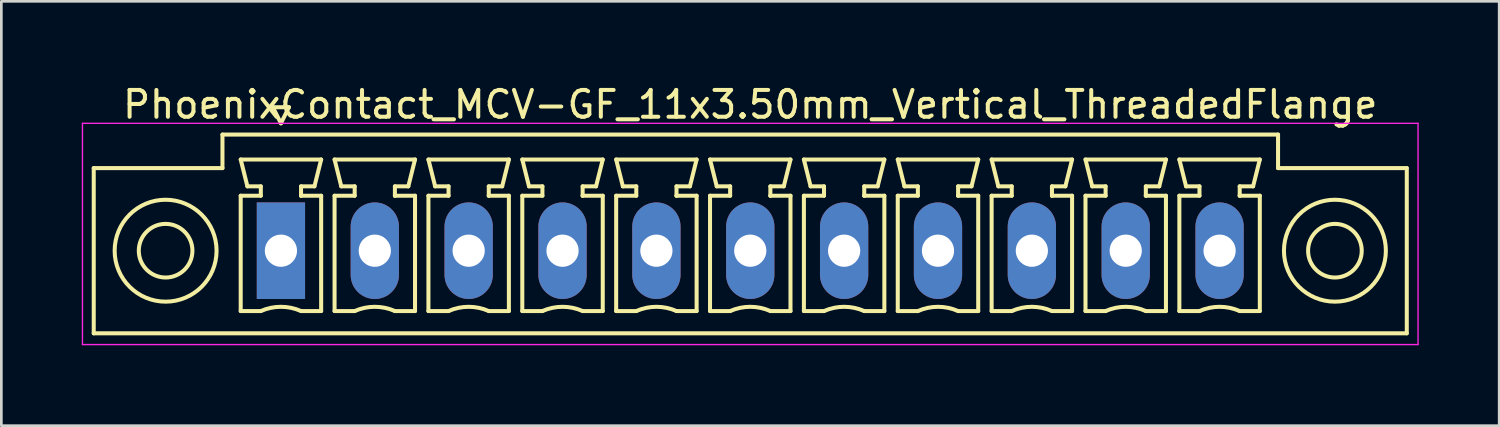
<source format=kicad_pcb>
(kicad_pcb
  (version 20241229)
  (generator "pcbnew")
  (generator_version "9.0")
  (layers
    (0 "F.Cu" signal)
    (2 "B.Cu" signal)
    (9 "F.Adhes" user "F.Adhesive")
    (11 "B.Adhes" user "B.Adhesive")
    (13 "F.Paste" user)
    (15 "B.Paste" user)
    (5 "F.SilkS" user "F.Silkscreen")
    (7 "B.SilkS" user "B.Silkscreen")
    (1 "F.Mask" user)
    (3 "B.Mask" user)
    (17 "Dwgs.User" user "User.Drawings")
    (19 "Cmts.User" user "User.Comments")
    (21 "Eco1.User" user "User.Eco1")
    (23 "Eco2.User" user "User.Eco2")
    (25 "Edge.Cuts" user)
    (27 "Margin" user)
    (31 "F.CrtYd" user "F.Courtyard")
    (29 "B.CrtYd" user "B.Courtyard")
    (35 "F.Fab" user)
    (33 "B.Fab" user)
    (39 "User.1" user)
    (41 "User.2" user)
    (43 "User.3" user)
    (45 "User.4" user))
  (footprint "PhoenixContact_MCV-GF_11x3.50mm_Vertical_ThreadedFlange"
    (layer "F.Cu")
    (at 7.425 6.298)
    (property "Reference" "PhoenixContact_MCV-GF_11x3.50mm_Vertical_ThreadedFlange" (at 17.5 -5.45 0) (layer "F.SilkS") (effects (font (size 1 1) (thickness 0.15))))
    (attr through_hole)
    (fp_line (start -6.98 -3.08) (end -6.98 3.08) (stroke (width 0.15) (type solid)) (layer "F.SilkS"))
    (fp_line (start -6.98 3.08) (end 41.98 3.08) (stroke (width 0.15) (type solid)) (layer "F.SilkS"))
    (fp_line (start -2.18 -4.33) (end -2.18 -3.08) (stroke (width 0.15) (type solid)) (layer "F.SilkS"))
    (fp_line (start -2.18 -3.08) (end -6.98 -3.08) (stroke (width 0.15) (type solid)) (layer "F.SilkS"))
    (fp_line (start -1.5 -3.4) (end 1.5 -3.4) (stroke (width 0.15) (type solid)) (layer "F.SilkS"))
    (fp_line (start -1.5 -2.05) (end -0.75 -2.05) (stroke (width 0.15) (type solid)) (layer "F.SilkS"))
    (fp_line (start -1.5 2.25) (end -1.5 -2.05) (stroke (width 0.15) (type solid)) (layer "F.SilkS"))
    (fp_line (start -1.25 -2.4) (end -1.5 -3.4) (stroke (width 0.15) (type solid)) (layer "F.SilkS"))
    (fp_line (start -0.75 -2.4) (end -1.25 -2.4) (stroke (width 0.15) (type solid)) (layer "F.SilkS"))
    (fp_line (start -0.75 -2.05) (end -0.75 -2.4) (stroke (width 0.15) (type solid)) (layer "F.SilkS"))
    (fp_line (start -0.75 2.25) (end -1.5 2.25) (stroke (width 0.15) (type solid)) (layer "F.SilkS"))
    (fp_line (start -0.3 -5.35) (end 0 -4.75) (stroke (width 0.15) (type solid)) (layer "F.SilkS"))
    (fp_line (start 0 -4.75) (end 0.3 -5.35) (stroke (width 0.15) (type solid)) (layer "F.SilkS"))
    (fp_line (start 0.3 -5.35) (end -0.3 -5.35) (stroke (width 0.15) (type solid)) (layer "F.SilkS"))
    (fp_line (start 0.75 -2.4) (end 0.75 -2.05) (stroke (width 0.15) (type solid)) (layer "F.SilkS"))
    (fp_line (start 0.75 -2.05) (end 0.75 -2.05) (stroke (width 0.15) (type solid)) (layer "F.SilkS"))
    (fp_line (start 0.75 -2.05) (end 1.5 -2.05) (stroke (width 0.15) (type solid)) (layer "F.SilkS"))
    (fp_line (start 1.25 -2.4) (end 0.75 -2.4) (stroke (width 0.15) (type solid)) (layer "F.SilkS"))
    (fp_line (start 1.5 -3.4) (end 1.25 -2.4) (stroke (width 0.15) (type solid)) (layer "F.SilkS"))
    (fp_line (start 1.5 -2.05) (end 1.5 2.25) (stroke (width 0.15) (type solid)) (layer "F.SilkS"))
    (fp_line (start 1.5 2.25) (end 0.75 2.25) (stroke (width 0.15) (type solid)) (layer "F.SilkS"))
    (fp_line (start 2 -3.4) (end 5 -3.4) (stroke (width 0.15) (type solid)) (layer "F.SilkS"))
    (fp_line (start 2 -2.05) (end 2.75 -2.05) (stroke (width 0.15) (type solid)) (layer "F.SilkS"))
    (fp_line (start 2 2.25) (end 2 -2.05) (stroke (width 0.15) (type solid)) (layer "F.SilkS"))
    (fp_line (start 2.25 -2.4) (end 2 -3.4) (stroke (width 0.15) (type solid)) (layer "F.SilkS"))
    (fp_line (start 2.75 -2.4) (end 2.25 -2.4) (stroke (width 0.15) (type solid)) (layer "F.SilkS"))
    (fp_line (start 2.75 -2.05) (end 2.75 -2.4) (stroke (width 0.15) (type solid)) (layer "F.SilkS"))
    (fp_line (start 2.75 2.25) (end 2 2.25) (stroke (width 0.15) (type solid)) (layer "F.SilkS"))
    (fp_line (start 4.25 -2.4) (end 4.25 -2.05) (stroke (width 0.15) (type solid)) (layer "F.SilkS"))
    (fp_line (start 4.25 -2.05) (end 4.25 -2.05) (stroke (width 0.15) (type solid)) (layer "F.SilkS"))
    (fp_line (start 4.25 -2.05) (end 5 -2.05) (stroke (width 0.15) (type solid)) (layer "F.SilkS"))
    (fp_line (start 4.75 -2.4) (end 4.25 -2.4) (stroke (width 0.15) (type solid)) (layer "F.SilkS"))
    (fp_line (start 5 -3.4) (end 4.75 -2.4) (stroke (width 0.15) (type solid)) (layer "F.SilkS"))
    (fp_line (start 5 -2.05) (end 5 2.25) (stroke (width 0.15) (type solid)) (layer "F.SilkS"))
    (fp_line (start 5 2.25) (end 4.25 2.25) (stroke (width 0.15) (type solid)) (layer "F.SilkS"))
    (fp_line (start 5.5 -3.4) (end 8.5 -3.4) (stroke (width 0.15) (type solid)) (layer "F.SilkS"))
    (fp_line (start 5.5 -2.05) (end 6.25 -2.05) (stroke (width 0.15) (type solid)) (layer "F.SilkS"))
    (fp_line (start 5.5 2.25) (end 5.5 -2.05) (stroke (width 0.15) (type solid)) (layer "F.SilkS"))
    (fp_line (start 5.75 -2.4) (end 5.5 -3.4) (stroke (width 0.15) (type solid)) (layer "F.SilkS"))
    (fp_line (start 6.25 -2.4) (end 5.75 -2.4) (stroke (width 0.15) (type solid)) (layer "F.SilkS"))
    (fp_line (start 6.25 -2.05) (end 6.25 -2.4) (stroke (width 0.15) (type solid)) (layer "F.SilkS"))
    (fp_line (start 6.25 2.25) (end 5.5 2.25) (stroke (width 0.15) (type solid)) (layer "F.SilkS"))
    (fp_line (start 7.75 -2.4) (end 7.75 -2.05) (stroke (width 0.15) (type solid)) (layer "F.SilkS"))
    (fp_line (start 7.75 -2.05) (end 7.75 -2.05) (stroke (width 0.15) (type solid)) (layer "F.SilkS"))
    (fp_line (start 7.75 -2.05) (end 8.5 -2.05) (stroke (width 0.15) (type solid)) (layer "F.SilkS"))
    (fp_line (start 8.25 -2.4) (end 7.75 -2.4) (stroke (width 0.15) (type solid)) (layer "F.SilkS"))
    (fp_line (start 8.5 -3.4) (end 8.25 -2.4) (stroke (width 0.15) (type solid)) (layer "F.SilkS"))
    (fp_line (start 8.5 -2.05) (end 8.5 2.25) (stroke (width 0.15) (type solid)) (layer "F.SilkS"))
    (fp_line (start 8.5 2.25) (end 7.75 2.25) (stroke (width 0.15) (type solid)) (layer "F.SilkS"))
    (fp_line (start 9 -3.4) (end 12 -3.4) (stroke (width 0.15) (type solid)) (layer "F.SilkS"))
    (fp_line (start 9 -2.05) (end 9.75 -2.05) (stroke (width 0.15) (type solid)) (layer "F.SilkS"))
    (fp_line (start 9 2.25) (end 9 -2.05) (stroke (width 0.15) (type solid)) (layer "F.SilkS"))
    (fp_line (start 9.25 -2.4) (end 9 -3.4) (stroke (width 0.15) (type solid)) (layer "F.SilkS"))
    (fp_line (start 9.75 -2.4) (end 9.25 -2.4) (stroke (width 0.15) (type solid)) (layer "F.SilkS"))
    (fp_line (start 9.75 -2.05) (end 9.75 -2.4) (stroke (width 0.15) (type solid)) (layer "F.SilkS"))
    (fp_line (start 9.75 2.25) (end 9 2.25) (stroke (width 0.15) (type solid)) (layer "F.SilkS"))
    (fp_line (start 11.25 -2.4) (end 11.25 -2.05) (stroke (width 0.15) (type solid)) (layer "F.SilkS"))
    (fp_line (start 11.25 -2.05) (end 11.25 -2.05) (stroke (width 0.15) (type solid)) (layer "F.SilkS"))
    (fp_line (start 11.25 -2.05) (end 12 -2.05) (stroke (width 0.15) (type solid)) (layer "F.SilkS"))
    (fp_line (start 11.75 -2.4) (end 11.25 -2.4) (stroke (width 0.15) (type solid)) (layer "F.SilkS"))
    (fp_line (start 12 -3.4) (end 11.75 -2.4) (stroke (width 0.15) (type solid)) (layer "F.SilkS"))
    (fp_line (start 12 -2.05) (end 12 2.25) (stroke (width 0.15) (type solid)) (layer "F.SilkS"))
    (fp_line (start 12 2.25) (end 11.25 2.25) (stroke (width 0.15) (type solid)) (layer "F.SilkS"))
    (fp_line (start 12.5 -3.4) (end 15.5 -3.4) (stroke (width 0.15) (type solid)) (layer "F.SilkS"))
    (fp_line (start 12.5 -2.05) (end 13.25 -2.05) (stroke (width 0.15) (type solid)) (layer "F.SilkS"))
    (fp_line (start 12.5 2.25) (end 12.5 -2.05) (stroke (width 0.15) (type solid)) (layer "F.SilkS"))
    (fp_line (start 12.75 -2.4) (end 12.5 -3.4) (stroke (width 0.15) (type solid)) (layer "F.SilkS"))
    (fp_line (start 13.25 -2.4) (end 12.75 -2.4) (stroke (width 0.15) (type solid)) (layer "F.SilkS"))
    (fp_line (start 13.25 -2.05) (end 13.25 -2.4) (stroke (width 0.15) (type solid)) (layer "F.SilkS"))
    (fp_line (start 13.25 2.25) (end 12.5 2.25) (stroke (width 0.15) (type solid)) (layer "F.SilkS"))
    (fp_line (start 14.75 -2.4) (end 14.75 -2.05) (stroke (width 0.15) (type solid)) (layer "F.SilkS"))
    (fp_line (start 14.75 -2.05) (end 14.75 -2.05) (stroke (width 0.15) (type solid)) (layer "F.SilkS"))
    (fp_line (start 14.75 -2.05) (end 15.5 -2.05) (stroke (width 0.15) (type solid)) (layer "F.SilkS"))
    (fp_line (start 15.25 -2.4) (end 14.75 -2.4) (stroke (width 0.15) (type solid)) (layer "F.SilkS"))
    (fp_line (start 15.5 -3.4) (end 15.25 -2.4) (stroke (width 0.15) (type solid)) (layer "F.SilkS"))
    (fp_line (start 15.5 -2.05) (end 15.5 2.25) (stroke (width 0.15) (type solid)) (layer "F.SilkS"))
    (fp_line (start 15.5 2.25) (end 14.75 2.25) (stroke (width 0.15) (type solid)) (layer "F.SilkS"))
    (fp_line (start 16 -3.4) (end 19 -3.4) (stroke (width 0.15) (type solid)) (layer "F.SilkS"))
    (fp_line (start 16 -2.05) (end 16.75 -2.05) (stroke (width 0.15) (type solid)) (layer "F.SilkS"))
    (fp_line (start 16 2.25) (end 16 -2.05) (stroke (width 0.15) (type solid)) (layer "F.SilkS"))
    (fp_line (start 16.25 -2.4) (end 16 -3.4) (stroke (width 0.15) (type solid)) (layer "F.SilkS"))
    (fp_line (start 16.75 -2.4) (end 16.25 -2.4) (stroke (width 0.15) (type solid)) (layer "F.SilkS"))
    (fp_line (start 16.75 -2.05) (end 16.75 -2.4) (stroke (width 0.15) (type solid)) (layer "F.SilkS"))
    (fp_line (start 16.75 2.25) (end 16 2.25) (stroke (width 0.15) (type solid)) (layer "F.SilkS"))
    (fp_line (start 18.25 -2.4) (end 18.25 -2.05) (stroke (width 0.15) (type solid)) (layer "F.SilkS"))
    (fp_line (start 18.25 -2.05) (end 18.25 -2.05) (stroke (width 0.15) (type solid)) (layer "F.SilkS"))
    (fp_line (start 18.25 -2.05) (end 19 -2.05) (stroke (width 0.15) (type solid)) (layer "F.SilkS"))
    (fp_line (start 18.75 -2.4) (end 18.25 -2.4) (stroke (width 0.15) (type solid)) (layer "F.SilkS"))
    (fp_line (start 19 -3.4) (end 18.75 -2.4) (stroke (width 0.15) (type solid)) (layer "F.SilkS"))
    (fp_line (start 19 -2.05) (end 19 2.25) (stroke (width 0.15) (type solid)) (layer "F.SilkS"))
    (fp_line (start 19 2.25) (end 18.25 2.25) (stroke (width 0.15) (type solid)) (layer "F.SilkS"))
    (fp_line (start 19.5 -3.4) (end 22.5 -3.4) (stroke (width 0.15) (type solid)) (layer "F.SilkS"))
    (fp_line (start 19.5 -2.05) (end 20.25 -2.05) (stroke (width 0.15) (type solid)) (layer "F.SilkS"))
    (fp_line (start 19.5 2.25) (end 19.5 -2.05) (stroke (width 0.15) (type solid)) (layer "F.SilkS"))
    (fp_line (start 19.75 -2.4) (end 19.5 -3.4) (stroke (width 0.15) (type solid)) (layer "F.SilkS"))
    (fp_line (start 20.25 -2.4) (end 19.75 -2.4) (stroke (width 0.15) (type solid)) (layer "F.SilkS"))
    (fp_line (start 20.25 -2.05) (end 20.25 -2.4) (stroke (width 0.15) (type solid)) (layer "F.SilkS"))
    (fp_line (start 20.25 2.25) (end 19.5 2.25) (stroke (width 0.15) (type solid)) (layer "F.SilkS"))
    (fp_line (start 21.75 -2.4) (end 21.75 -2.05) (stroke (width 0.15) (type solid)) (layer "F.SilkS"))
    (fp_line (start 21.75 -2.05) (end 21.75 -2.05) (stroke (width 0.15) (type solid)) (layer "F.SilkS"))
    (fp_line (start 21.75 -2.05) (end 22.5 -2.05) (stroke (width 0.15) (type solid)) (layer "F.SilkS"))
    (fp_line (start 22.25 -2.4) (end 21.75 -2.4) (stroke (width 0.15) (type solid)) (layer "F.SilkS"))
    (fp_line (start 22.5 -3.4) (end 22.25 -2.4) (stroke (width 0.15) (type solid)) (layer "F.SilkS"))
    (fp_line (start 22.5 -2.05) (end 22.5 2.25) (stroke (width 0.15) (type solid)) (layer "F.SilkS"))
    (fp_line (start 22.5 2.25) (end 21.75 2.25) (stroke (width 0.15) (type solid)) (layer "F.SilkS"))
    (fp_line (start 23 -3.4) (end 26 -3.4) (stroke (width 0.15) (type solid)) (layer "F.SilkS"))
    (fp_line (start 23 -2.05) (end 23.75 -2.05) (stroke (width 0.15) (type solid)) (layer "F.SilkS"))
    (fp_line (start 23 2.25) (end 23 -2.05) (stroke (width 0.15) (type solid)) (layer "F.SilkS"))
    (fp_line (start 23.25 -2.4) (end 23 -3.4) (stroke (width 0.15) (type solid)) (layer "F.SilkS"))
    (fp_line (start 23.75 -2.4) (end 23.25 -2.4) (stroke (width 0.15) (type solid)) (layer "F.SilkS"))
    (fp_line (start 23.75 -2.05) (end 23.75 -2.4) (stroke (width 0.15) (type solid)) (layer "F.SilkS"))
    (fp_line (start 23.75 2.25) (end 23 2.25) (stroke (width 0.15) (type solid)) (layer "F.SilkS"))
    (fp_line (start 25.25 -2.4) (end 25.25 -2.05) (stroke (width 0.15) (type solid)) (layer "F.SilkS"))
    (fp_line (start 25.25 -2.05) (end 25.25 -2.05) (stroke (width 0.15) (type solid)) (layer "F.SilkS"))
    (fp_line (start 25.25 -2.05) (end 26 -2.05) (stroke (width 0.15) (type solid)) (layer "F.SilkS"))
    (fp_line (start 25.75 -2.4) (end 25.25 -2.4) (stroke (width 0.15) (type solid)) (layer "F.SilkS"))
    (fp_line (start 26 -3.4) (end 25.75 -2.4) (stroke (width 0.15) (type solid)) (layer "F.SilkS"))
    (fp_line (start 26 -2.05) (end 26 2.25) (stroke (width 0.15) (type solid)) (layer "F.SilkS"))
    (fp_line (start 26 2.25) (end 25.25 2.25) (stroke (width 0.15) (type solid)) (layer "F.SilkS"))
    (fp_line (start 26.5 -3.4) (end 29.5 -3.4) (stroke (width 0.15) (type solid)) (layer "F.SilkS"))
    (fp_line (start 26.5 -2.05) (end 27.25 -2.05) (stroke (width 0.15) (type solid)) (layer "F.SilkS"))
    (fp_line (start 26.5 2.25) (end 26.5 -2.05) (stroke (width 0.15) (type solid)) (layer "F.SilkS"))
    (fp_line (start 26.75 -2.4) (end 26.5 -3.4) (stroke (width 0.15) (type solid)) (layer "F.SilkS"))
    (fp_line (start 27.25 -2.4) (end 26.75 -2.4) (stroke (width 0.15) (type solid)) (layer "F.SilkS"))
    (fp_line (start 27.25 -2.05) (end 27.25 -2.4) (stroke (width 0.15) (type solid)) (layer "F.SilkS"))
    (fp_line (start 27.25 2.25) (end 26.5 2.25) (stroke (width 0.15) (type solid)) (layer "F.SilkS"))
    (fp_line (start 28.75 -2.4) (end 28.75 -2.05) (stroke (width 0.15) (type solid)) (layer "F.SilkS"))
    (fp_line (start 28.75 -2.05) (end 28.75 -2.05) (stroke (width 0.15) (type solid)) (layer "F.SilkS"))
    (fp_line (start 28.75 -2.05) (end 29.5 -2.05) (stroke (width 0.15) (type solid)) (layer "F.SilkS"))
    (fp_line (start 29.25 -2.4) (end 28.75 -2.4) (stroke (width 0.15) (type solid)) (layer "F.SilkS"))
    (fp_line (start 29.5 -3.4) (end 29.25 -2.4) (stroke (width 0.15) (type solid)) (layer "F.SilkS"))
    (fp_line (start 29.5 -2.05) (end 29.5 2.25) (stroke (width 0.15) (type solid)) (layer "F.SilkS"))
    (fp_line (start 29.5 2.25) (end 28.75 2.25) (stroke (width 0.15) (type solid)) (layer "F.SilkS"))
    (fp_line (start 30 -3.4) (end 33 -3.4) (stroke (width 0.15) (type solid)) (layer "F.SilkS"))
    (fp_line (start 30 -2.05) (end 30.75 -2.05) (stroke (width 0.15) (type solid)) (layer "F.SilkS"))
    (fp_line (start 30 2.25) (end 30 -2.05) (stroke (width 0.15) (type solid)) (layer "F.SilkS"))
    (fp_line (start 30.25 -2.4) (end 30 -3.4) (stroke (width 0.15) (type solid)) (layer "F.SilkS"))
    (fp_line (start 30.75 -2.4) (end 30.25 -2.4) (stroke (width 0.15) (type solid)) (layer "F.SilkS"))
    (fp_line (start 30.75 -2.05) (end 30.75 -2.4) (stroke (width 0.15) (type solid)) (layer "F.SilkS"))
    (fp_line (start 30.75 2.25) (end 30 2.25) (stroke (width 0.15) (type solid)) (layer "F.SilkS"))
    (fp_line (start 32.25 -2.4) (end 32.25 -2.05) (stroke (width 0.15) (type solid)) (layer "F.SilkS"))
    (fp_line (start 32.25 -2.05) (end 32.25 -2.05) (stroke (width 0.15) (type solid)) (layer "F.SilkS"))
    (fp_line (start 32.25 -2.05) (end 33 -2.05) (stroke (width 0.15) (type solid)) (layer "F.SilkS"))
    (fp_line (start 32.75 -2.4) (end 32.25 -2.4) (stroke (width 0.15) (type solid)) (layer "F.SilkS"))
    (fp_line (start 33 -3.4) (end 32.75 -2.4) (stroke (width 0.15) (type solid)) (layer "F.SilkS"))
    (fp_line (start 33 -2.05) (end 33 2.25) (stroke (width 0.15) (type solid)) (layer "F.SilkS"))
    (fp_line (start 33 2.25) (end 32.25 2.25) (stroke (width 0.15) (type solid)) (layer "F.SilkS"))
    (fp_line (start 33.5 -3.4) (end 36.5 -3.4) (stroke (width 0.15) (type solid)) (layer "F.SilkS"))
    (fp_line (start 33.5 -2.05) (end 34.25 -2.05) (stroke (width 0.15) (type solid)) (layer "F.SilkS"))
    (fp_line (start 33.5 2.25) (end 33.5 -2.05) (stroke (width 0.15) (type solid)) (layer "F.SilkS"))
    (fp_line (start 33.75 -2.4) (end 33.5 -3.4) (stroke (width 0.15) (type solid)) (layer "F.SilkS"))
    (fp_line (start 34.25 -2.4) (end 33.75 -2.4) (stroke (width 0.15) (type solid)) (layer "F.SilkS"))
    (fp_line (start 34.25 -2.05) (end 34.25 -2.4) (stroke (width 0.15) (type solid)) (layer "F.SilkS"))
    (fp_line (start 34.25 2.25) (end 33.5 2.25) (stroke (width 0.15) (type solid)) (layer "F.SilkS"))
    (fp_line (start 35.75 -2.4) (end 35.75 -2.05) (stroke (width 0.15) (type solid)) (layer "F.SilkS"))
    (fp_line (start 35.75 -2.05) (end 35.75 -2.05) (stroke (width 0.15) (type solid)) (layer "F.SilkS"))
    (fp_line (start 35.75 -2.05) (end 36.5 -2.05) (stroke (width 0.15) (type solid)) (layer "F.SilkS"))
    (fp_line (start 36.25 -2.4) (end 35.75 -2.4) (stroke (width 0.15) (type solid)) (layer "F.SilkS"))
    (fp_line (start 36.5 -3.4) (end 36.25 -2.4) (stroke (width 0.15) (type solid)) (layer "F.SilkS"))
    (fp_line (start 36.5 -2.05) (end 36.5 2.25) (stroke (width 0.15) (type solid)) (layer "F.SilkS"))
    (fp_line (start 36.5 2.25) (end 35.75 2.25) (stroke (width 0.15) (type solid)) (layer "F.SilkS"))
    (fp_line (start 37.18 -4.33) (end -2.18 -4.33) (stroke (width 0.15) (type solid)) (layer "F.SilkS"))
    (fp_line (start 37.18 -3.08) (end 37.18 -4.33) (stroke (width 0.15) (type solid)) (layer "F.SilkS"))
    (fp_line (start 41.98 -3.08) (end 37.18 -3.08) (stroke (width 0.15) (type solid)) (layer "F.SilkS"))
    (fp_line (start 41.98 3.08) (end 41.98 -3.08) (stroke (width 0.15) (type solid)) (layer "F.SilkS"))
    (fp_arc (start -0.75 2.25) (mid -0.000193 2.09191) (end 0.749647 2.249844) (stroke (width 0.15) (type solid)) (layer "F.SilkS"))
    (fp_arc (start 2.75 2.25) (mid 3.499807 2.09191) (end 4.249647 2.249844) (stroke (width 0.15) (type solid)) (layer "F.SilkS"))
    (fp_arc (start 6.25 2.25) (mid 6.999807 2.09191) (end 7.749647 2.249844) (stroke (width 0.15) (type solid)) (layer "F.SilkS"))
    (fp_arc (start 9.75 2.25) (mid 10.499807 2.09191) (end 11.249647 2.249844) (stroke (width 0.15) (type solid)) (layer "F.SilkS"))
    (fp_arc (start 13.25 2.25) (mid 13.999807 2.09191) (end 14.749647 2.249844) (stroke (width 0.15) (type solid)) (layer "F.SilkS"))
    (fp_arc (start 16.75 2.25) (mid 17.499807 2.09191) (end 18.249647 2.249844) (stroke (width 0.15) (type solid)) (layer "F.SilkS"))
    (fp_arc (start 20.25 2.25) (mid 20.999807 2.09191) (end 21.749647 2.249844) (stroke (width 0.15) (type solid)) (layer "F.SilkS"))
    (fp_arc (start 23.75 2.25) (mid 24.499807 2.09191) (end 25.249647 2.249844) (stroke (width 0.15) (type solid)) (layer "F.SilkS"))
    (fp_arc (start 27.25 2.25) (mid 27.999807 2.09191) (end 28.749647 2.249844) (stroke (width 0.15) (type solid)) (layer "F.SilkS"))
    (fp_arc (start 30.75 2.25) (mid 31.499807 2.09191) (end 32.249647 2.249844) (stroke (width 0.15) (type solid)) (layer "F.SilkS"))
    (fp_arc (start 34.25 2.25) (mid 34.999807 2.09191) (end 35.749647 2.249844) (stroke (width 0.15) (type solid)) (layer "F.SilkS"))
    (fp_circle (center -4.3 0) (end -3.3 0) (stroke (width 0.15) (type solid)) (fill no) (layer "F.SilkS"))
    (fp_circle (center -4.3 0) (end -2.4 0) (stroke (width 0.15) (type solid)) (fill no) (layer "F.SilkS"))
    (fp_circle (center 39.3 0) (end 40.3 0) (stroke (width 0.15) (type solid)) (fill no) (layer "F.SilkS"))
    (fp_circle (center 39.3 0) (end 41.2 0) (stroke (width 0.15) (type solid)) (fill no) (layer "F.SilkS"))
    (fp_line (start -7.4 -4.75) (end -7.4 3.5) (stroke (width 0.05) (type solid)) (layer "F.CrtYd"))
    (fp_line (start -7.4 3.5) (end 42.4 3.5) (stroke (width 0.05) (type solid)) (layer "F.CrtYd"))
    (fp_line (start 42.4 -4.75) (end -7.4 -4.75) (stroke (width 0.05) (type solid)) (layer "F.CrtYd"))
    (fp_line (start 42.4 3.5) (end 42.4 -4.75) (stroke (width 0.05) (type solid)) (layer "F.CrtYd"))
    (pad "1" thru_hole rect (at 0 0) (size 1.8 3.6) (drill 1.2) (layers "*.Cu" "*.Mask"))
    (pad "2" thru_hole oval (at 3.5 0) (size 1.8 3.6) (drill 1.2) (layers "*.Cu" "*.Mask"))
    (pad "3" thru_hole oval (at 7 0) (size 1.8 3.6) (drill 1.2) (layers "*.Cu" "*.Mask"))
    (pad "4" thru_hole oval (at 10.5 0) (size 1.8 3.6) (drill 1.2) (layers "*.Cu" "*.Mask"))
    (pad "5" thru_hole oval (at 14 0) (size 1.8 3.6) (drill 1.2) (layers "*.Cu" "*.Mask"))
    (pad "6" thru_hole oval (at 17.5 0) (size 1.8 3.6) (drill 1.2) (layers "*.Cu" "*.Mask"))
    (pad "7" thru_hole oval (at 21 0) (size 1.8 3.6) (drill 1.2) (layers "*.Cu" "*.Mask"))
    (pad "8" thru_hole oval (at 24.5 0) (size 1.8 3.6) (drill 1.2) (layers "*.Cu" "*.Mask"))
    (pad "9" thru_hole oval (at 28 0) (size 1.8 3.6) (drill 1.2) (layers "*.Cu" "*.Mask"))
    (pad "10" thru_hole oval (at 31.5 0) (size 1.8 3.6) (drill 1.2) (layers "*.Cu" "*.Mask"))
    (pad "11" thru_hole oval (at 35 0) (size 1.8 3.6) (drill 1.2) (layers "*.Cu" "*.Mask")))
  (gr_rect
    (start -3 -3)
    (end 52.85 12.823)
    (stroke (width 0.1) (type default))
    (fill no)
    (layer "Edge.Cuts")))
</source>
